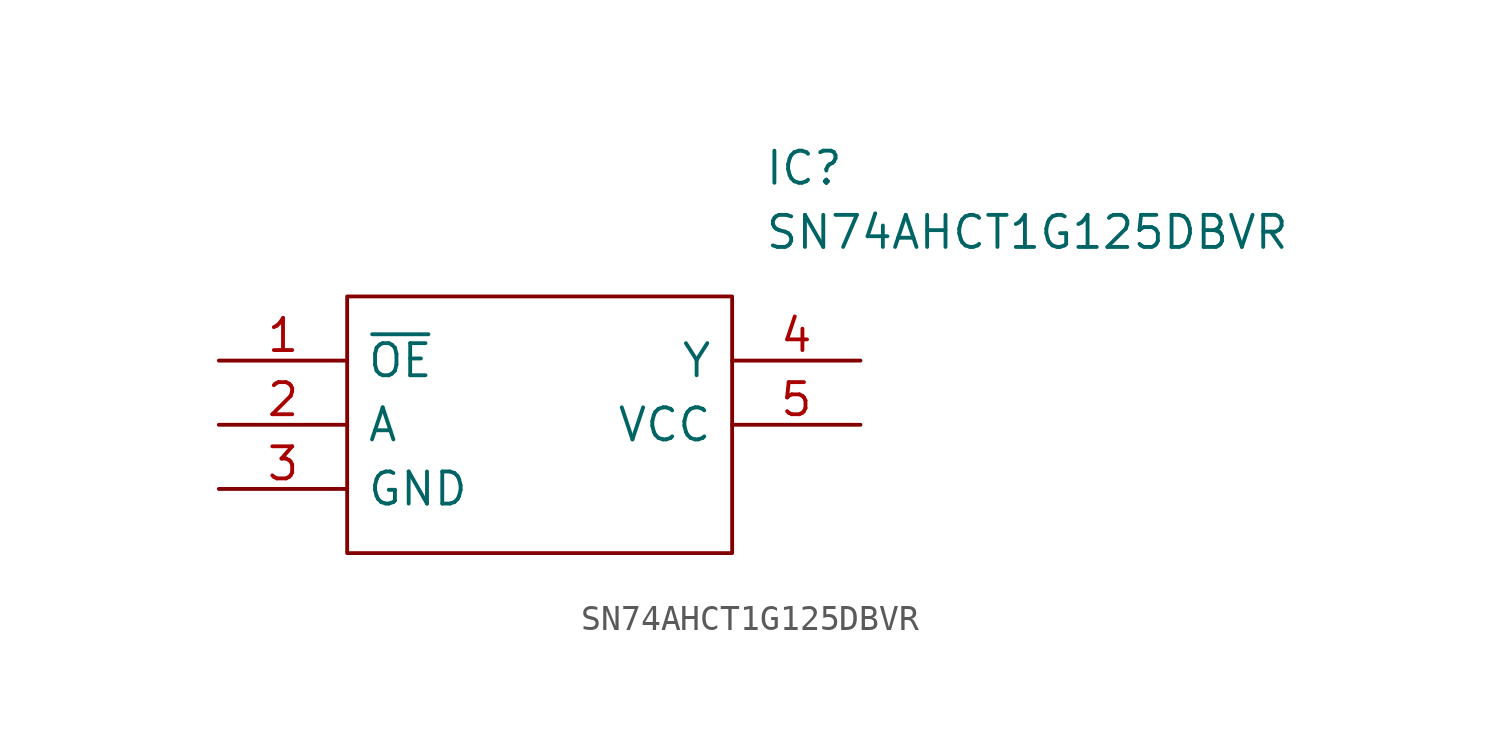
<source format=kicad_sym>
(kicad_symbol_lib
  (version 20211014)
  (generator kicad_symbol_editor)
  (symbol "SN74AHCT1G125DBVR"
    (pin_names
      (offset 0.762))
    (property "Reference" "IC"
      (at 21.59 7.62 0)
      (effects (font (size 1.27 1.27)) (justify left)))
    (property "Value" "SN74AHCT1G125DBVR"
      (at 21.59 5.08 0)
      (effects (font (size 1.27 1.27)) (justify left)))
    (symbol "SN74AHCT1G125DBVR_0_0"
      (pin passive line (at 0 0 0) (length 5.08) (name "~{OE}" (effects (font (size 1.27 1.27)))) (number "1" (effects (font (size 1.27 1.27)))))
      (pin passive line (at 0 -2.54 0) (length 5.08) (name "A" (effects (font (size 1.27 1.27)))) (number "2" (effects (font (size 1.27 1.27)))))
      (pin power_in line (at 0 -5.08 0) (length 5.08) (name "GND" (effects (font (size 1.27 1.27)))) (number "3" (effects (font (size 1.27 1.27)))))
      (pin passive line (at 25.4 0 180) (length 5.08) (name "Y" (effects (font (size 1.27 1.27)))) (number "4" (effects (font (size 1.27 1.27)))))
      (pin power_in line (at 25.4 -2.54 180) (length 5.08) (name "VCC" (effects (font (size 1.27 1.27)))) (number "5" (effects (font (size 1.27 1.27))))))
    (symbol "SN74AHCT1G125DBVR_0_1"
      (polyline (pts (xy 5.08 2.54) (xy 20.32 2.54) (xy 20.32 -7.62) (xy 5.08 -7.62) (xy 5.08 2.54)) (stroke (width 0.152) (type default) (color 0 0 0 0)) (fill (type none))))))
</source>
